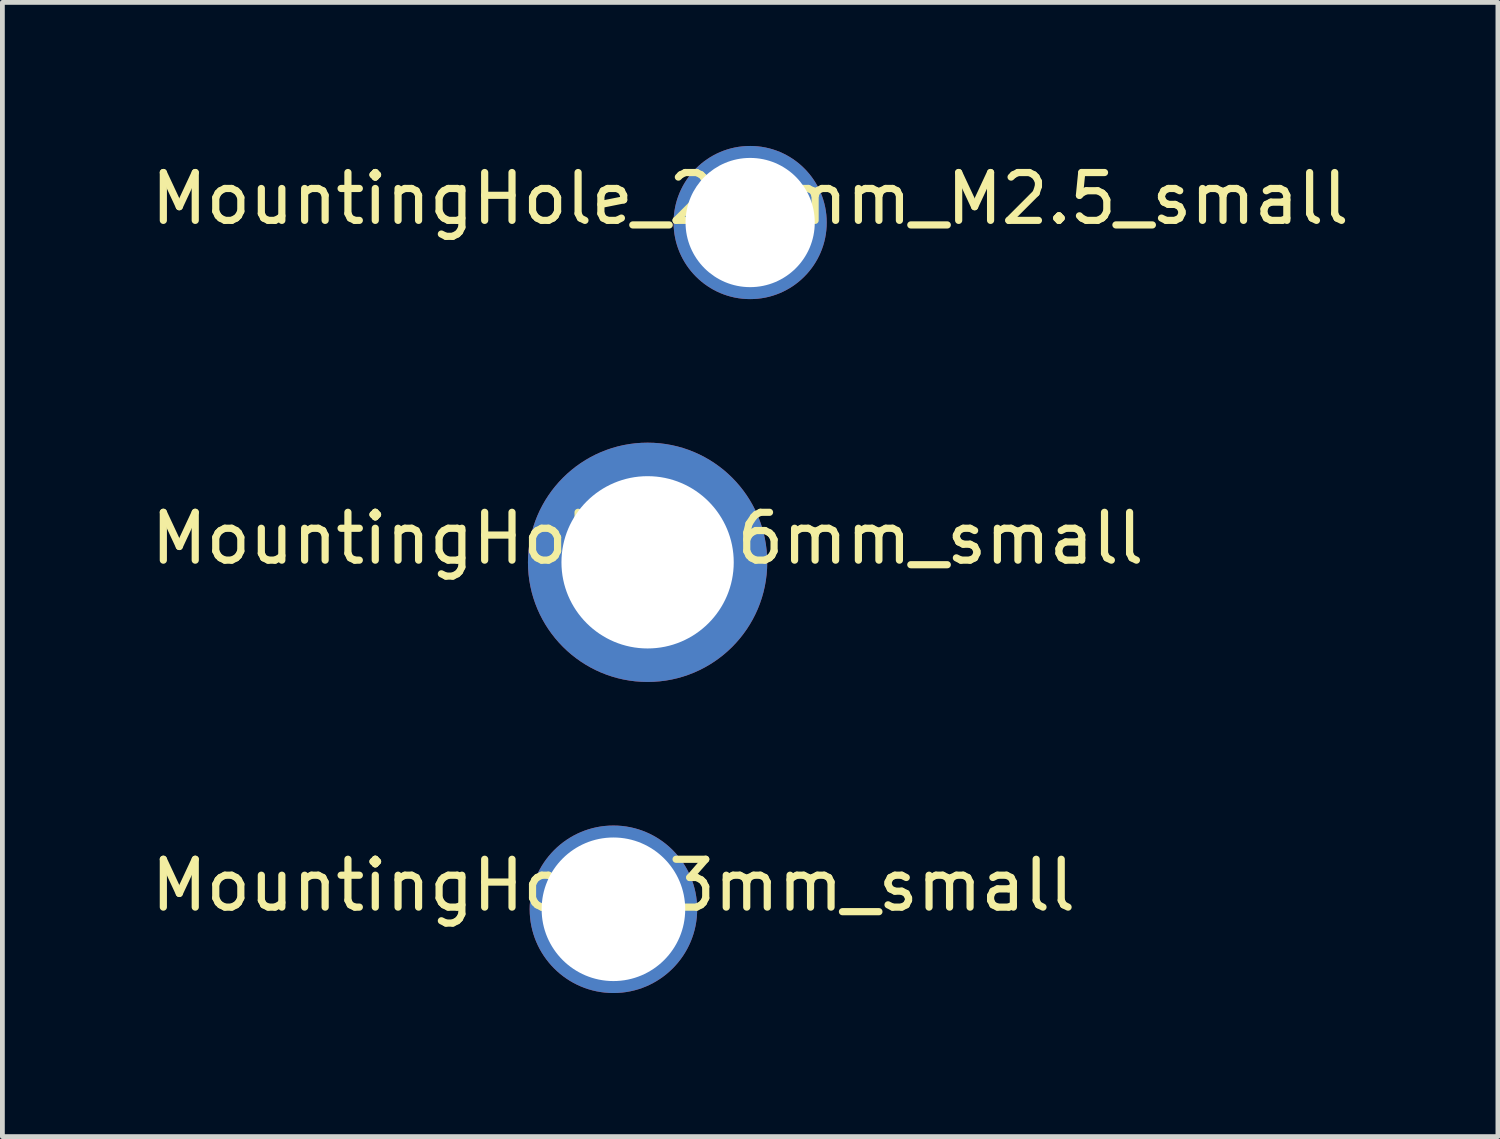
<source format=kicad_pcb>
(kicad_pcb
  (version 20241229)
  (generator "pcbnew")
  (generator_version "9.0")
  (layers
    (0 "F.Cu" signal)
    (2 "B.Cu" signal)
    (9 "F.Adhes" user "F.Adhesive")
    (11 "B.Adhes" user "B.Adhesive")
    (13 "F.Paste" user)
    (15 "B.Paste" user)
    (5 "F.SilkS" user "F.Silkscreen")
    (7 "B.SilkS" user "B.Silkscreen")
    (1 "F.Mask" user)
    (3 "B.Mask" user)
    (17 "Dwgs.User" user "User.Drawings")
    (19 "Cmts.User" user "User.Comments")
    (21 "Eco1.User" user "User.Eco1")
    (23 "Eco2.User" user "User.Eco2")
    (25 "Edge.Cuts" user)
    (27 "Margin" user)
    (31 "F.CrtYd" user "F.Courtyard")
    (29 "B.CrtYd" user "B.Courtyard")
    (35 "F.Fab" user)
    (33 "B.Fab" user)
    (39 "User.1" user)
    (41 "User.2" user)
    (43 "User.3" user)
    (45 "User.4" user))
  (footprint "MountingHole_2.7mm_M2.5_small"
    (layer "F.Cu")
    (at 12.625 1.6)
    (property "Reference" "MountingHole_2.7mm_M2.5_small" (at 0 -0.5 0) (unlocked yes) (layer "F.SilkS") (effects (font (size 1 1) (thickness 0.15))))
    (attr through_hole)
    (pad "1" thru_hole circle (at 0 0) (size 3.2 3.2) (drill 2.7) (layers "*.Cu" "*.Mask")))
  (footprint "MountingHole_3.6mm_small"
    (layer "F.Cu")
    (at 10.482 8.7)
    (property "Reference" "MountingHole_3.6mm_small" (at 0 -0.5 0) (unlocked yes) (layer "F.SilkS") (effects (font (size 1 1) (thickness 0.15))))
    (attr through_hole)
    (pad "1" thru_hole circle (at 0 0) (size 5 5) (drill 3.6) (layers "*.Cu" "*.Mask")))
  (footprint "MountingHole_3mm_small"
    (layer "F.Cu")
    (at 9.768 15.95)
    (property "Reference" "MountingHole_3mm_small" (at 0 -0.5 0) (unlocked yes) (layer "F.SilkS") (effects (font (size 1 1) (thickness 0.15))))
    (attr through_hole)
    (pad "1" thru_hole circle (at 0 0) (size 3.5 3.5) (drill 3) (layers "*.Cu" "*.Mask")))
  (gr_rect
    (start -3 -3)
    (end 28.25 20.7)
    (stroke (width 0.1) (type default))
    (fill no)
    (layer "Edge.Cuts")))
</source>
